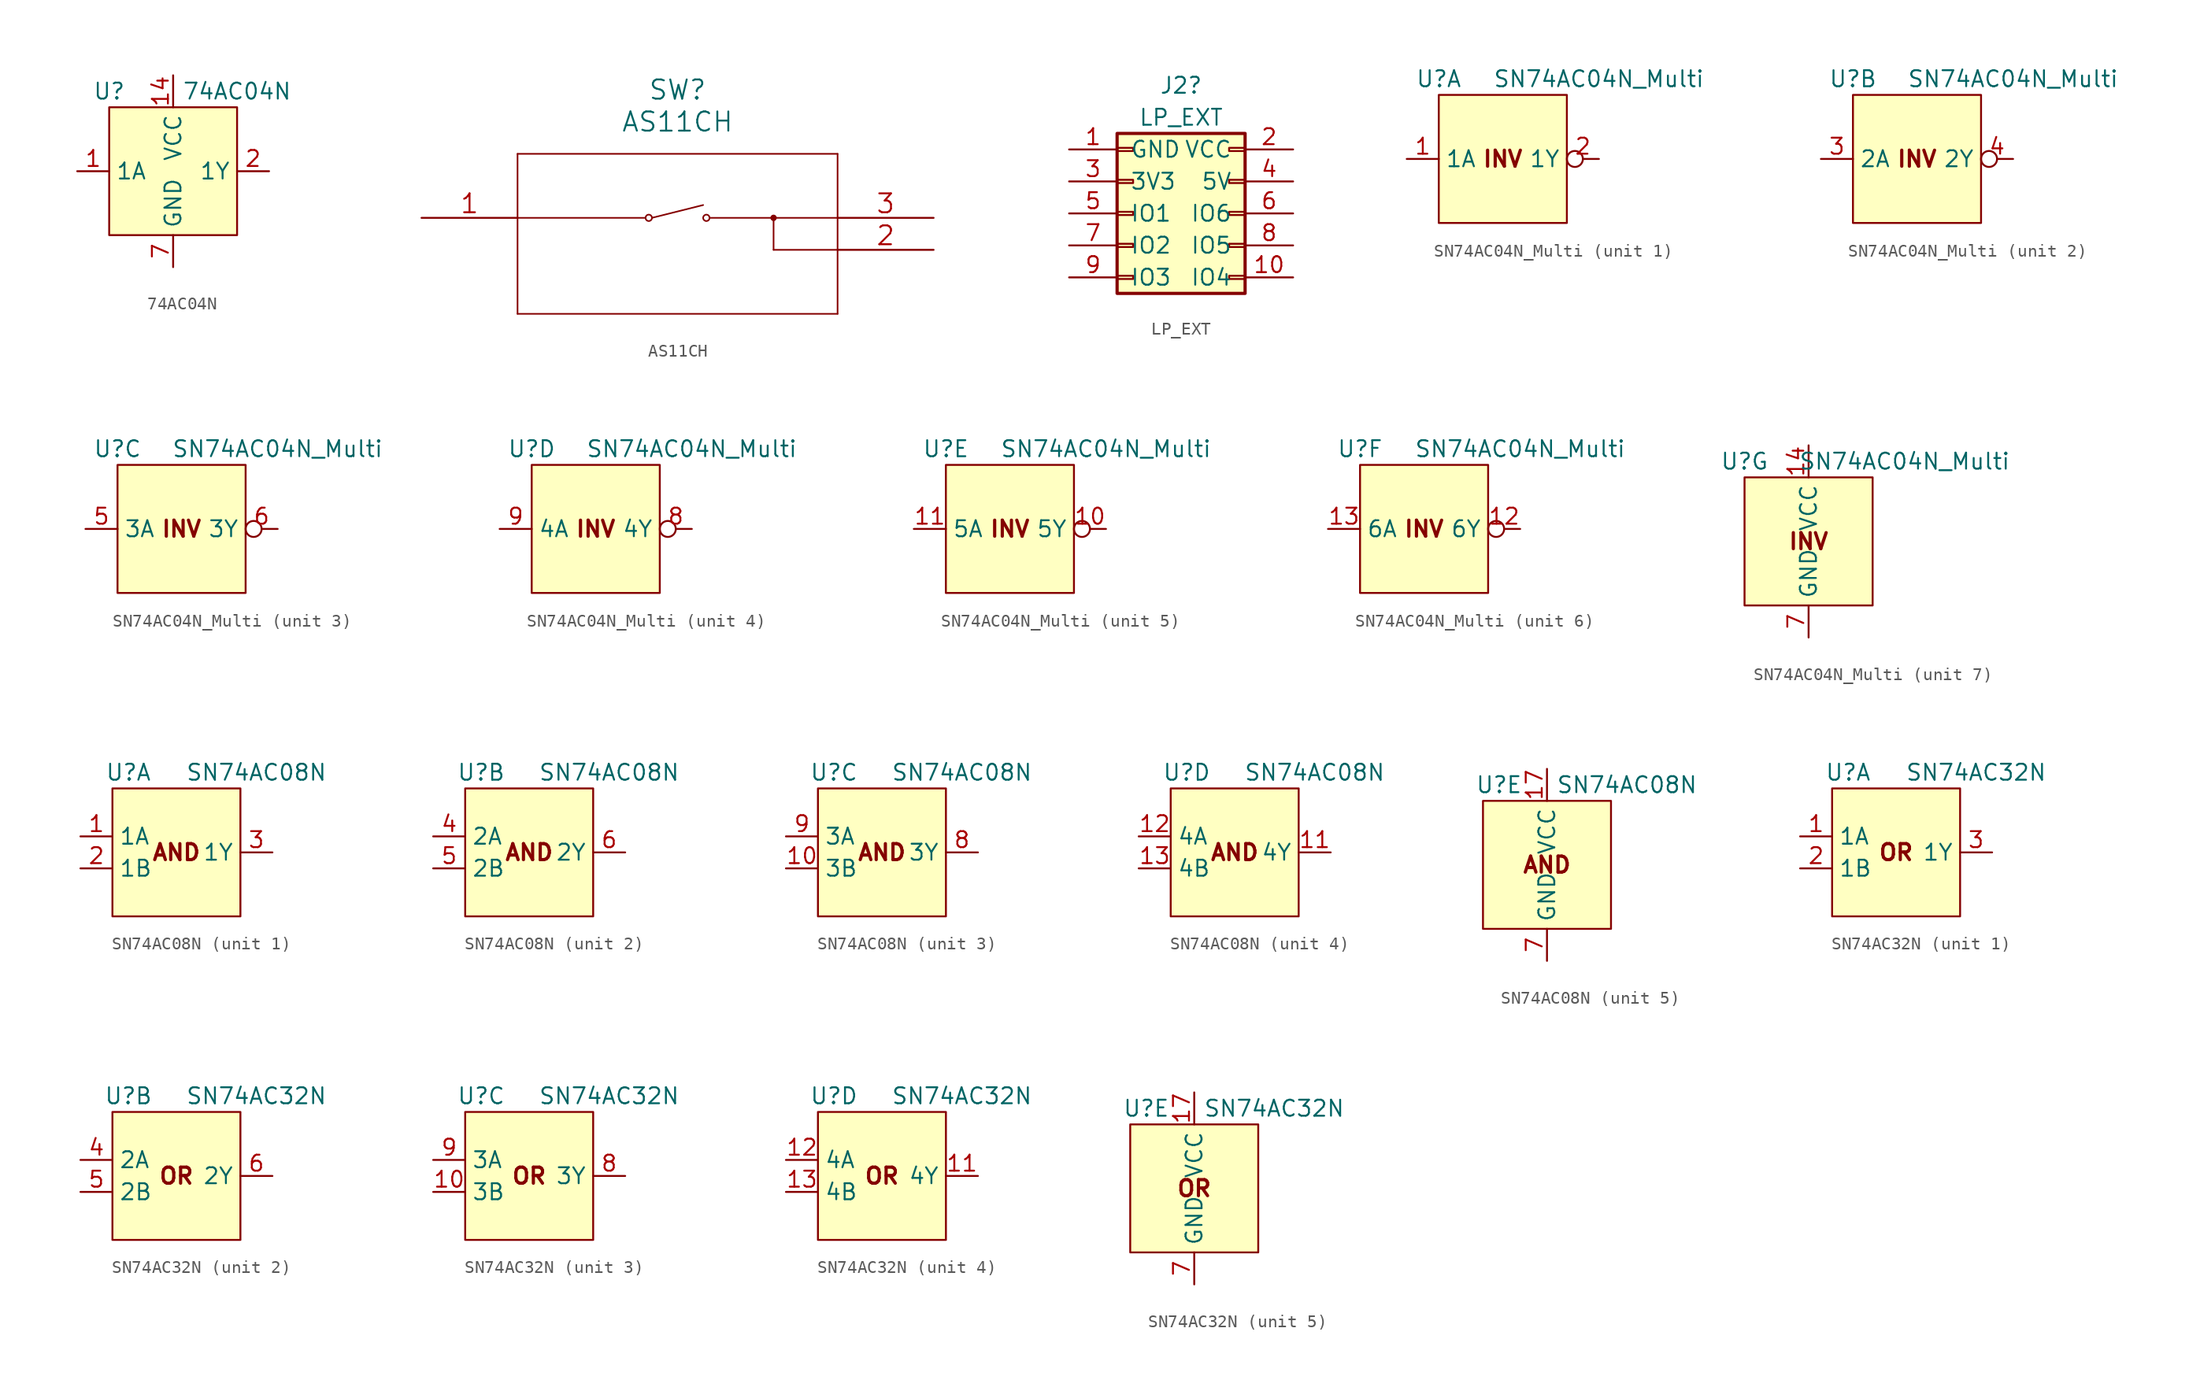
<source format=kicad_sym>
(kicad_symbol_lib
  (version 20211014)
  (generator kicad_symbol_editor)
  (symbol "74AC04N"
    (property "Reference" "U"
      (at -5.08 6.35 0)
      (effects (font (size 1.27 1.27))))
    (property "Value" "74AC04N"
      (at 5.08 6.35 0)
      (effects (font (size 1.27 1.27))))
    (symbol "74AC04N_0_0"
      (pin input line (at -7.62 0 0) (length 2.54) (name "1A" (effects (font (size 1.27 1.27)))) (number "1" (effects (font (size 1.27 1.27)))))
      (pin power_in line (at 0 7.62 270) (length 2.54) (name "VCC" (effects (font (size 1.27 1.27)))) (number "14" (effects (font (size 1.27 1.27)))))
      (pin output line (at 7.62 0 180) (length 2.54) (name "1Y" (effects (font (size 1.27 1.27)))) (number "2" (effects (font (size 1.27 1.27)))))
      (pin power_in line (at 0 -7.62 90) (length 2.54) (name "GND" (effects (font (size 1.27 1.27)))) (number "7" (effects (font (size 1.27 1.27))))))
    (symbol "74AC04N_0_1"
      (rectangle (start -5.08 5.08) (end 5.08 -5.08) (stroke (width 0) (type default) (color 0 0 0 0)) (fill (type background)))))
  (symbol "AS11CH"
    (pin_names
      (offset 0.254) hide)
    (property "Reference" "SW"
      (at 20.32 10.16 0)
      (effects (font (size 1.524 1.524))))
    (property "Value" "AS11CH"
      (at 20.32 7.62 0)
      (effects (font (size 1.524 1.524))))
    (property "Datasheet" ""
      (at 0 0 0)
      (effects (font (size 1.524 1.524))))
    (property "ki_locked" ""
      (at 0 0 0)
      (effects (font (size 1.27 1.27))))
    (symbol "AS11CH_1_1"
      (polyline (pts (xy 7.62 -7.62) (xy 33.02 -7.62)) (stroke (width 0.127) (type default) (color 0 0 0 0)) (fill (type none)))
      (polyline (pts (xy 7.62 0) (xy 17.78 0)) (stroke (width 0.127) (type default) (color 0 0 0 0)) (fill (type none)))
      (polyline (pts (xy 7.62 5.08) (xy 7.62 -7.62)) (stroke (width 0.127) (type default) (color 0 0 0 0)) (fill (type none)))
      (polyline (pts (xy 18.288 0) (xy 22.352 1.016)) (stroke (width 0.127) (type default) (color 0 0 0 0)) (fill (type none)))
      (polyline (pts (xy 22.86 0) (xy 33.02 0)) (stroke (width 0.127) (type default) (color 0 0 0 0)) (fill (type none)))
      (polyline (pts (xy 27.94 0) (xy 27.94 -2.54)) (stroke (width 0.127) (type default) (color 0 0 0 0)) (fill (type none)))
      (polyline (pts (xy 33.02 -7.62) (xy 33.02 5.08)) (stroke (width 0.127) (type default) (color 0 0 0 0)) (fill (type none)))
      (polyline (pts (xy 33.02 -2.54) (xy 27.94 -2.54)) (stroke (width 0.127) (type default) (color 0 0 0 0)) (fill (type none)))
      (polyline (pts (xy 33.02 5.08) (xy 7.62 5.08)) (stroke (width 0.127) (type default) (color 0 0 0 0)) (fill (type none)))
      (circle (center 18.034 0) (radius 0.254) (stroke (width 0.127) (type default) (color 0 0 0 0)) (fill (type none)))
      (arc (start 18.288 0) (mid 17.78 0) (end 18.288 0) (stroke (width 0.127) (type default) (color 0 0 0 0)) (fill (type none)))
      (circle (center 22.606 0) (radius 0.254) (stroke (width 0.127) (type default) (color 0 0 0 0)) (fill (type none)))
      (arc (start 22.86 0) (mid 22.352 0) (end 22.86 0) (stroke (width 0.127) (type default) (color 0 0 0 0)) (fill (type none)))
      (arc (start 27.94 -0.127) (mid 27.94 0.127) (end 27.94 -0.127) (stroke (width 0.254) (type default) (color 0 0 0 0)) (fill (type none)))
      (circle (center 27.94 0) (radius 0.127) (stroke (width 0.254) (type default) (color 0 0 0 0)) (fill (type none)))
      (pin unspecified line (at 0 0 0) (length 7.62) (name "1" (effects (font (size 1.499 1.499)))) (number "1" (effects (font (size 1.499 1.499)))))
      (pin unspecified line (at 40.64 -2.54 180) (length 7.62) (name "2" (effects (font (size 1.499 1.499)))) (number "2" (effects (font (size 1.499 1.499)))))
      (pin unspecified line (at 40.64 0 180) (length 7.62) (name "3" (effects (font (size 1.499 1.499)))) (number "3" (effects (font (size 1.499 1.499)))))))
  (symbol "LP_EXT"
    (pin_names
      (offset 1.016))
    (property "Reference" "J2"
      (at 0 10.16 0)
      (effects (font (size 1.27 1.27))))
    (property "Value" "LP_EXT"
      (at 0 7.62 0)
      (effects (font (size 1.27 1.27))))
    (symbol "LP_EXT_1_1"
      (rectangle (start -5.08 -4.953) (end -3.81 -5.207) (stroke (width 0.152) (type default) (color 0 0 0 0)) (fill (type none)))
      (rectangle (start -5.08 -2.413) (end -3.81 -2.667) (stroke (width 0.152) (type default) (color 0 0 0 0)) (fill (type none)))
      (rectangle (start -5.08 0.127) (end -3.81 -0.127) (stroke (width 0.152) (type default) (color 0 0 0 0)) (fill (type none)))
      (rectangle (start -5.08 2.667) (end -3.81 2.413) (stroke (width 0.152) (type default) (color 0 0 0 0)) (fill (type none)))
      (rectangle (start -5.08 5.207) (end -3.81 4.953) (stroke (width 0.152) (type default) (color 0 0 0 0)) (fill (type none)))
      (rectangle (start -5.08 6.35) (end 5.08 -6.35) (stroke (width 0.254) (type default) (color 0 0 0 0)) (fill (type background)))
      (rectangle (start 5.08 -4.953) (end 3.81 -5.207) (stroke (width 0.152) (type default) (color 0 0 0 0)) (fill (type none)))
      (rectangle (start 5.08 -2.413) (end 3.81 -2.667) (stroke (width 0.152) (type default) (color 0 0 0 0)) (fill (type none)))
      (rectangle (start 5.08 0.127) (end 3.81 -0.127) (stroke (width 0.152) (type default) (color 0 0 0 0)) (fill (type none)))
      (rectangle (start 5.08 2.667) (end 3.81 2.413) (stroke (width 0.152) (type default) (color 0 0 0 0)) (fill (type none)))
      (rectangle (start 5.08 5.207) (end 3.81 4.953) (stroke (width 0.152) (type default) (color 0 0 0 0)) (fill (type none)))
      (pin passive line (at -8.89 5.08 0) (length 3.81) (name "GND" (effects (font (size 1.27 1.27)))) (number "1" (effects (font (size 1.27 1.27)))))
      (pin bidirectional line (at 8.89 -5.08 180) (length 3.81) (name "IO4" (effects (font (size 1.27 1.27)))) (number "10" (effects (font (size 1.27 1.27)))))
      (pin passive line (at 8.89 5.08 180) (length 3.81) (name "VCC" (effects (font (size 1.27 1.27)))) (number "2" (effects (font (size 1.27 1.27)))))
      (pin passive line (at -8.89 2.54 0) (length 3.81) (name "3V3" (effects (font (size 1.27 1.27)))) (number "3" (effects (font (size 1.27 1.27)))))
      (pin passive line (at 8.89 2.54 180) (length 3.81) (name "5V" (effects (font (size 1.27 1.27)))) (number "4" (effects (font (size 1.27 1.27)))))
      (pin bidirectional line (at -8.89 0 0) (length 3.81) (name "IO1" (effects (font (size 1.27 1.27)))) (number "5" (effects (font (size 1.27 1.27)))))
      (pin bidirectional line (at 8.89 0 180) (length 3.81) (name "IO6" (effects (font (size 1.27 1.27)))) (number "6" (effects (font (size 1.27 1.27)))))
      (pin bidirectional line (at -8.89 -2.54 0) (length 3.81) (name "IO2" (effects (font (size 1.27 1.27)))) (number "7" (effects (font (size 1.27 1.27)))))
      (pin bidirectional line (at 8.89 -2.54 180) (length 3.81) (name "IO5" (effects (font (size 1.27 1.27)))) (number "8" (effects (font (size 1.27 1.27)))))
      (pin bidirectional line (at -8.89 -5.08 0) (length 3.81) (name "IO3" (effects (font (size 1.27 1.27)))) (number "9" (effects (font (size 1.27 1.27)))))))
  (symbol "SN74AC04N_Multi"
    (property "Reference" "U"
      (at -5.08 6.35 0)
      (effects (font (size 1.27 1.27))))
    (property "Value" "SN74AC04N_Multi"
      (at 7.62 6.35 0)
      (effects (font (size 1.27 1.27))))
    (property "ki_locked" ""
      (at 0 0 0)
      (effects (font (size 1.27 1.27))))
    (symbol "SN74AC04N_Multi_0_0"
      (text "INV" (at 0 0 0) (effects (font (size 1.27 1.27) bold))))
    (symbol "SN74AC04N_Multi_0_1"
      (rectangle (start -5.08 5.08) (end 5.08 -5.08) (stroke (width 0) (type default) (color 0 0 0 0)) (fill (type background))))
    (symbol "SN74AC04N_Multi_1_0"
      (pin input line (at -7.62 0 0) (length 2.54) (name "1A" (effects (font (size 1.27 1.27)))) (number "1" (effects (font (size 1.27 1.27)))))
      (pin output inverted (at 7.62 0 180) (length 2.54) (name "1Y" (effects (font (size 1.27 1.27)))) (number "2" (effects (font (size 1.27 1.27))))))
    (symbol "SN74AC04N_Multi_2_0"
      (pin input line (at -7.62 0 0) (length 2.54) (name "2A" (effects (font (size 1.27 1.27)))) (number "3" (effects (font (size 1.27 1.27)))))
      (pin output inverted (at 7.62 0 180) (length 2.54) (name "2Y" (effects (font (size 1.27 1.27)))) (number "4" (effects (font (size 1.27 1.27))))))
    (symbol "SN74AC04N_Multi_3_0"
      (pin input line (at -7.62 0 0) (length 2.54) (name "3A" (effects (font (size 1.27 1.27)))) (number "5" (effects (font (size 1.27 1.27)))))
      (pin output inverted (at 7.62 0 180) (length 2.54) (name "3Y" (effects (font (size 1.27 1.27)))) (number "6" (effects (font (size 1.27 1.27))))))
    (symbol "SN74AC04N_Multi_4_0"
      (pin output inverted (at 7.62 0 180) (length 2.54) (name "4Y" (effects (font (size 1.27 1.27)))) (number "8" (effects (font (size 1.27 1.27)))))
      (pin input line (at -7.62 0 0) (length 2.54) (name "4A" (effects (font (size 1.27 1.27)))) (number "9" (effects (font (size 1.27 1.27))))))
    (symbol "SN74AC04N_Multi_5_0"
      (pin output inverted (at 7.62 0 180) (length 2.54) (name "5Y" (effects (font (size 1.27 1.27)))) (number "10" (effects (font (size 1.27 1.27)))))
      (pin input line (at -7.62 0 0) (length 2.54) (name "5A" (effects (font (size 1.27 1.27)))) (number "11" (effects (font (size 1.27 1.27))))))
    (symbol "SN74AC04N_Multi_6_0"
      (pin output inverted (at 7.62 0 180) (length 2.54) (name "6Y" (effects (font (size 1.27 1.27)))) (number "12" (effects (font (size 1.27 1.27)))))
      (pin input line (at -7.62 0 0) (length 2.54) (name "6A" (effects (font (size 1.27 1.27)))) (number "13" (effects (font (size 1.27 1.27))))))
    (symbol "SN74AC04N_Multi_7_0"
      (pin power_in line (at 0 7.62 270) (length 2.54) (name "VCC" (effects (font (size 1.27 1.27)))) (number "14" (effects (font (size 1.27 1.27)))))
      (pin power_in line (at 0 -7.62 90) (length 2.54) (name "GND" (effects (font (size 1.27 1.27)))) (number "7" (effects (font (size 1.27 1.27)))))))
  (symbol "SN74AC08N"
    (property "Reference" "U"
      (at -3.81 6.35 0)
      (effects (font (size 1.27 1.27))))
    (property "Value" "SN74AC08N"
      (at 6.35 6.35 0)
      (effects (font (size 1.27 1.27))))
    (property "ki_locked" ""
      (at 0 0 0)
      (effects (font (size 1.27 1.27))))
    (symbol "SN74AC08N_0_0"
      (text "AND" (at 0 0 0) (effects (font (size 1.27 1.27) bold))))
    (symbol "SN74AC08N_0_1"
      (rectangle (start -5.08 5.08) (end 5.08 -5.08) (stroke (width 0) (type default) (color 0 0 0 0)) (fill (type background))))
    (symbol "SN74AC08N_1_0"
      (pin input line (at -7.62 1.27 0) (length 2.54) (name "1A" (effects (font (size 1.27 1.27)))) (number "1" (effects (font (size 1.27 1.27)))))
      (pin input line (at -7.62 -1.27 0) (length 2.54) (name "1B" (effects (font (size 1.27 1.27)))) (number "2" (effects (font (size 1.27 1.27)))))
      (pin output line (at 7.62 0 180) (length 2.54) (name "1Y" (effects (font (size 1.27 1.27)))) (number "3" (effects (font (size 1.27 1.27))))))
    (symbol "SN74AC08N_2_0"
      (pin input line (at -7.62 1.27 0) (length 2.54) (name "2A" (effects (font (size 1.27 1.27)))) (number "4" (effects (font (size 1.27 1.27)))))
      (pin input line (at -7.62 -1.27 0) (length 2.54) (name "2B" (effects (font (size 1.27 1.27)))) (number "5" (effects (font (size 1.27 1.27)))))
      (pin output line (at 7.62 0 180) (length 2.54) (name "2Y" (effects (font (size 1.27 1.27)))) (number "6" (effects (font (size 1.27 1.27))))))
    (symbol "SN74AC08N_3_0"
      (pin input line (at -7.62 -1.27 0) (length 2.54) (name "3B" (effects (font (size 1.27 1.27)))) (number "10" (effects (font (size 1.27 1.27)))))
      (pin output line (at 7.62 0 180) (length 2.54) (name "3Y" (effects (font (size 1.27 1.27)))) (number "8" (effects (font (size 1.27 1.27)))))
      (pin input line (at -7.62 1.27 0) (length 2.54) (name "3A" (effects (font (size 1.27 1.27)))) (number "9" (effects (font (size 1.27 1.27))))))
    (symbol "SN74AC08N_4_0"
      (pin output line (at 7.62 0 180) (length 2.54) (name "4Y" (effects (font (size 1.27 1.27)))) (number "11" (effects (font (size 1.27 1.27)))))
      (pin input line (at -7.62 1.27 0) (length 2.54) (name "4A" (effects (font (size 1.27 1.27)))) (number "12" (effects (font (size 1.27 1.27)))))
      (pin input line (at -7.62 -1.27 0) (length 2.54) (name "4B" (effects (font (size 1.27 1.27)))) (number "13" (effects (font (size 1.27 1.27))))))
    (symbol "SN74AC08N_5_0"
      (pin power_in line (at 0 7.62 270) (length 2.54) (name "VCC" (effects (font (size 1.27 1.27)))) (number "17" (effects (font (size 1.27 1.27)))))
      (pin power_in line (at 0 -7.62 90) (length 2.54) (name "GND" (effects (font (size 1.27 1.27)))) (number "7" (effects (font (size 1.27 1.27)))))))
  (symbol "SN74AC32N"
    (property "Reference" "U"
      (at -3.81 6.35 0)
      (effects (font (size 1.27 1.27))))
    (property "Value" "SN74AC32N"
      (at 6.35 6.35 0)
      (effects (font (size 1.27 1.27))))
    (property "ki_locked" ""
      (at 0 0 0)
      (effects (font (size 1.27 1.27))))
    (symbol "SN74AC32N_0_0"
      (text "OR" (at 0 0 0) (effects (font (size 1.27 1.27) bold))))
    (symbol "SN74AC32N_0_1"
      (rectangle (start -5.08 5.08) (end 5.08 -5.08) (stroke (width 0) (type default) (color 0 0 0 0)) (fill (type background))))
    (symbol "SN74AC32N_1_0"
      (pin input line (at -7.62 1.27 0) (length 2.54) (name "1A" (effects (font (size 1.27 1.27)))) (number "1" (effects (font (size 1.27 1.27)))))
      (pin input line (at -7.62 -1.27 0) (length 2.54) (name "1B" (effects (font (size 1.27 1.27)))) (number "2" (effects (font (size 1.27 1.27)))))
      (pin output line (at 7.62 0 180) (length 2.54) (name "1Y" (effects (font (size 1.27 1.27)))) (number "3" (effects (font (size 1.27 1.27))))))
    (symbol "SN74AC32N_2_0"
      (pin input line (at -7.62 1.27 0) (length 2.54) (name "2A" (effects (font (size 1.27 1.27)))) (number "4" (effects (font (size 1.27 1.27)))))
      (pin input line (at -7.62 -1.27 0) (length 2.54) (name "2B" (effects (font (size 1.27 1.27)))) (number "5" (effects (font (size 1.27 1.27)))))
      (pin output line (at 7.62 0 180) (length 2.54) (name "2Y" (effects (font (size 1.27 1.27)))) (number "6" (effects (font (size 1.27 1.27))))))
    (symbol "SN74AC32N_3_0"
      (pin input line (at -7.62 -1.27 0) (length 2.54) (name "3B" (effects (font (size 1.27 1.27)))) (number "10" (effects (font (size 1.27 1.27)))))
      (pin output line (at 7.62 0 180) (length 2.54) (name "3Y" (effects (font (size 1.27 1.27)))) (number "8" (effects (font (size 1.27 1.27)))))
      (pin input line (at -7.62 1.27 0) (length 2.54) (name "3A" (effects (font (size 1.27 1.27)))) (number "9" (effects (font (size 1.27 1.27))))))
    (symbol "SN74AC32N_4_0"
      (pin output line (at 7.62 0 180) (length 2.54) (name "4Y" (effects (font (size 1.27 1.27)))) (number "11" (effects (font (size 1.27 1.27)))))
      (pin input line (at -7.62 1.27 0) (length 2.54) (name "4A" (effects (font (size 1.27 1.27)))) (number "12" (effects (font (size 1.27 1.27)))))
      (pin input line (at -7.62 -1.27 0) (length 2.54) (name "4B" (effects (font (size 1.27 1.27)))) (number "13" (effects (font (size 1.27 1.27))))))
    (symbol "SN74AC32N_5_0"
      (pin power_in line (at 0 7.62 270) (length 2.54) (name "VCC" (effects (font (size 1.27 1.27)))) (number "17" (effects (font (size 1.27 1.27)))))
      (pin power_in line (at 0 -7.62 90) (length 2.54) (name "GND" (effects (font (size 1.27 1.27)))) (number "7" (effects (font (size 1.27 1.27))))))))
</source>
